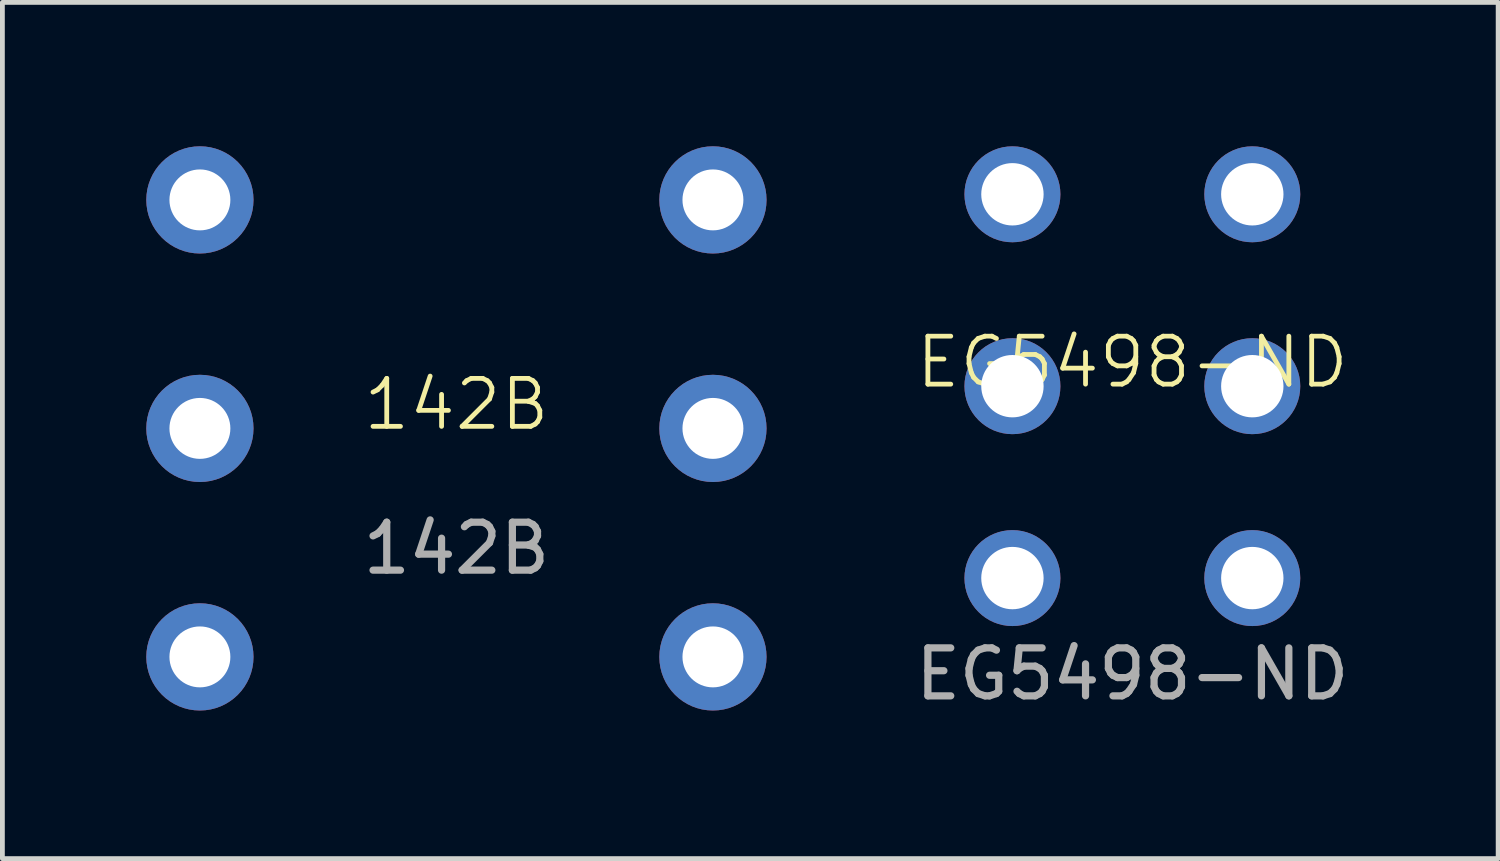
<source format=kicad_pcb>
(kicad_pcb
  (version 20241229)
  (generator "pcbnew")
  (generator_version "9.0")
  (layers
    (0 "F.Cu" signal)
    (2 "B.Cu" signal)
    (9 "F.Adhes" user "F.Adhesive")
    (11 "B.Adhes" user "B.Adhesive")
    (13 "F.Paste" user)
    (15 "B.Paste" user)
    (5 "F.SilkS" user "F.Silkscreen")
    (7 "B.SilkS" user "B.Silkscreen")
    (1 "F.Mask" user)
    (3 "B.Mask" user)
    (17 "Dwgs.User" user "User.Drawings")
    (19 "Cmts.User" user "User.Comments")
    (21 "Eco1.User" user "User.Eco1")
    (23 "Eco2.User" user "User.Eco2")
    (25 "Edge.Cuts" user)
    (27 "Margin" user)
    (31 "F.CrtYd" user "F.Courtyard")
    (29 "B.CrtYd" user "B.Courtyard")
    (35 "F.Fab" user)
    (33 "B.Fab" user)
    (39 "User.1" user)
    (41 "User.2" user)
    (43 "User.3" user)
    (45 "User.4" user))
  (footprint "EG5498-ND"
    (layer "F.Cu")
    (at 20.554 5)
    (property "Reference" "EG5498-ND" (at 0 -0.5 0) (unlocked yes) (layer "F.SilkS") (effects (font (size 1 1) (thickness 0.1))))
    (attr through_hole)
    (fp_text user "${REFERENCE}" (at 0 6 0) (unlocked yes) (layer "F.Fab") (effects (font (size 1 1) (thickness 0.15))))
    (pad "1" thru_hole circle (at -2.5 4) (size 2 2) (drill 1.3) (layers "*.Cu" "*.Mask"))
    (pad "2" thru_hole circle (at -2.5 0) (size 2 2) (drill 1.3) (layers "*.Cu" "*.Mask"))
    (pad "3" thru_hole circle (at -2.5 -4) (size 2 2) (drill 1.3) (layers "*.Cu" "*.Mask"))
    (pad "4" thru_hole circle (at 2.5 4) (size 2 2) (drill 1.3) (layers "*.Cu" "*.Mask"))
    (pad "5" thru_hole circle (at 2.5 0) (size 2 2) (drill 1.3) (layers "*.Cu" "*.Mask"))
    (pad "6" thru_hole circle (at 2.5 -4) (size 2 2) (drill 1.3) (layers "*.Cu" "*.Mask")))
  (footprint "142B"
    (layer "F.Cu")
    (at 6.464 5.88)
    (property "Reference" "142B" (at 0 -0.5 0) (unlocked yes) (layer "F.SilkS") (effects (font (size 1 1) (thickness 0.1))))
    (attr through_hole)
    (fp_text user "${REFERENCE}" (at 0 2.5 0) (unlocked yes) (layer "F.Fab") (effects (font (size 1 1) (thickness 0.15))))
    (pad "1" thru_hole circle (at -5.347 -4.763) (size 2.235 2.235) (drill 1.27) (layers "*.Cu" "*.Mask"))
    (pad "2" thru_hole circle (at -5.347 0) (size 2.235 2.235) (drill 1.27) (layers "*.Cu" "*.Mask"))
    (pad "3" thru_hole circle (at -5.347 4.763) (size 2.235 2.235) (drill 1.27) (layers "*.Cu" "*.Mask"))
    (pad "4" thru_hole circle (at 5.347 -4.763) (size 2.235 2.235) (drill 1.27) (layers "*.Cu" "*.Mask"))
    (pad "5" thru_hole circle (at 5.347 0) (size 2.235 2.235) (drill 1.27) (layers "*.Cu" "*.Mask"))
    (pad "6" thru_hole circle (at 5.347 4.763) (size 2.235 2.235) (drill 1.27) (layers "*.Cu" "*.Mask")))
  (gr_rect
    (start -3 -3)
    (end 28.179 14.848)
    (stroke (width 0.1) (type default))
    (fill no)
    (layer "Edge.Cuts")))
</source>
